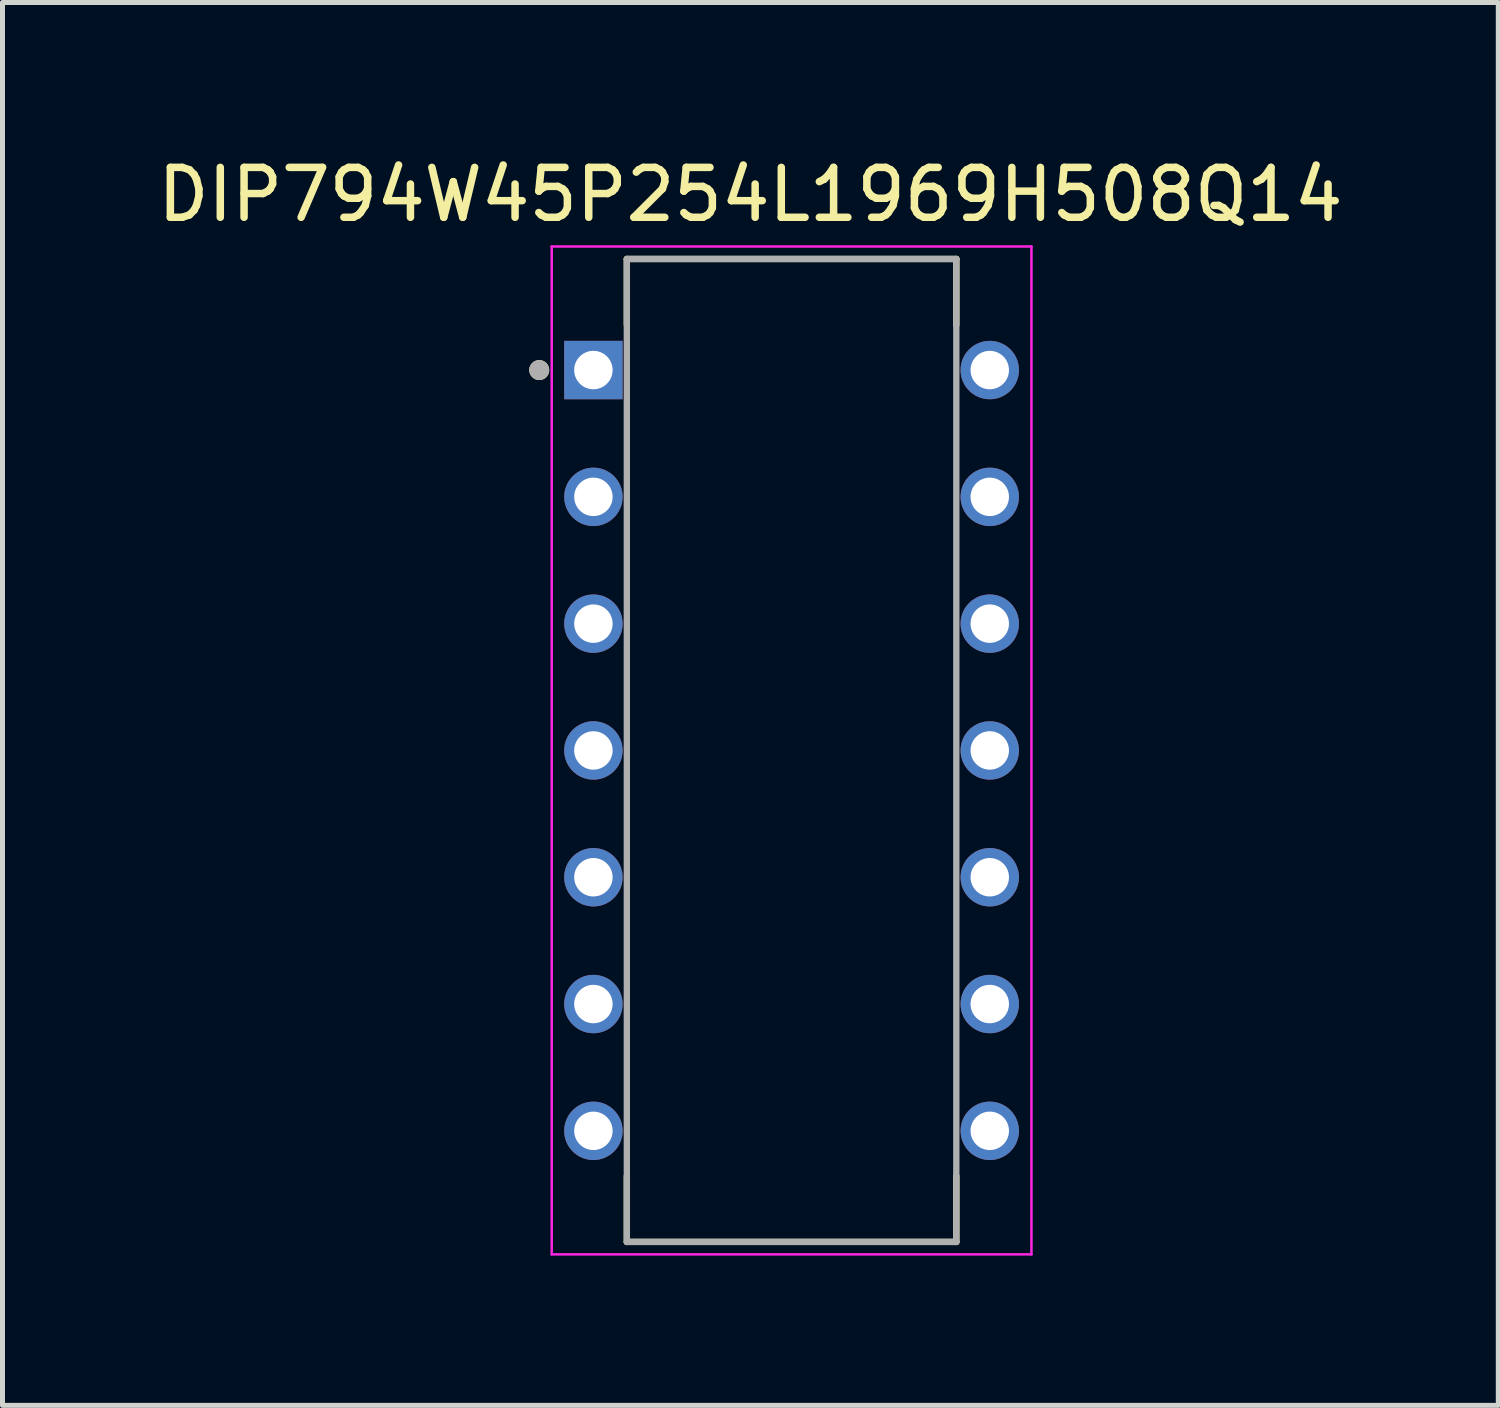
<source format=kicad_pcb>
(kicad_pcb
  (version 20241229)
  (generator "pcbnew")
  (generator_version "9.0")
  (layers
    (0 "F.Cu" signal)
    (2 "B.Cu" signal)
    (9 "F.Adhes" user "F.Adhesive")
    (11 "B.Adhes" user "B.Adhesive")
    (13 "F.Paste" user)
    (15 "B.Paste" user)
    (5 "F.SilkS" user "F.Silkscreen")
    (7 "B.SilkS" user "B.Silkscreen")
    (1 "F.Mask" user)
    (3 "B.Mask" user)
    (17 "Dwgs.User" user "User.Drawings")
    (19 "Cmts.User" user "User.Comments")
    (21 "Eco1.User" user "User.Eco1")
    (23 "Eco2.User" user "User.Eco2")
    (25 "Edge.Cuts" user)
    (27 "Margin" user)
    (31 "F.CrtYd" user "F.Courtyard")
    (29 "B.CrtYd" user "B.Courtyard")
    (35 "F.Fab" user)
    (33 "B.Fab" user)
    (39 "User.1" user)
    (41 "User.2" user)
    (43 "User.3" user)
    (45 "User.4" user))
  (footprint "DIP794W45P254L1969H508Q14"
    (layer "F.Cu")
    (at 12.807 11.983)
    (property "Reference" "DIP794W45P254L1969H508Q14" (at -0.825 -11.135 0) (layer "F.SilkS") (effects (font (size 1 1) (thickness 0.15))))
    (attr through_hole)
    (fp_line (start -3.3 -9.845) (end 3.3 -9.845) (stroke (width 0.127) (type solid)) (layer "F.SilkS"))
    (fp_line (start -3.3 -8.525) (end -3.3 -9.845) (stroke (width 0.127) (type solid)) (layer "F.SilkS"))
    (fp_line (start -3.3 9.845) (end -3.3 8.525) (stroke (width 0.127) (type solid)) (layer "F.SilkS"))
    (fp_line (start 3.3 -9.845) (end 3.3 -8.525) (stroke (width 0.127) (type solid)) (layer "F.SilkS"))
    (fp_line (start 3.3 8.525) (end 3.3 9.845) (stroke (width 0.127) (type solid)) (layer "F.SilkS"))
    (fp_line (start 3.3 9.845) (end -3.3 9.845) (stroke (width 0.127) (type solid)) (layer "F.SilkS"))
    (fp_circle (center -5.055 -7.62) (end -4.955 -7.62) (stroke (width 0.2) (type solid)) (fill no) (layer "F.SilkS"))
    (fp_line (start -4.805 -10.095) (end -4.805 10.095) (stroke (width 0.05) (type solid)) (layer "F.CrtYd"))
    (fp_line (start 4.805 -10.095) (end -4.805 -10.095) (stroke (width 0.05) (type solid)) (layer "F.CrtYd"))
    (fp_line (start 4.805 -10.095) (end 4.805 10.095) (stroke (width 0.05) (type solid)) (layer "F.CrtYd"))
    (fp_line (start 4.805 10.095) (end -4.805 10.095) (stroke (width 0.05) (type solid)) (layer "F.CrtYd"))
    (fp_line (start -3.3 -9.845) (end -3.3 9.845) (stroke (width 0.127) (type solid)) (layer "F.Fab"))
    (fp_line (start -3.3 -9.845) (end 3.3 -9.845) (stroke (width 0.127) (type solid)) (layer "F.Fab"))
    (fp_line (start -3.3 9.845) (end 3.3 9.845) (stroke (width 0.127) (type solid)) (layer "F.Fab"))
    (fp_line (start 3.3 -9.845) (end 3.3 9.845) (stroke (width 0.127) (type solid)) (layer "F.Fab"))
    (fp_circle (center -5.055 -7.62) (end -4.955 -7.62) (stroke (width 0.2) (type solid)) (fill no) (layer "F.Fab"))
    (pad "1" thru_hole rect (at -3.97 -7.62) (size 1.17 1.17) (drill 0.77) (layers "*.Cu" "*.Mask"))
    (pad "2" thru_hole circle (at -3.97 -5.08) (size 1.17 1.17) (drill 0.77) (layers "*.Cu" "*.Mask"))
    (pad "3" thru_hole circle (at -3.97 -2.54) (size 1.17 1.17) (drill 0.77) (layers "*.Cu" "*.Mask"))
    (pad "4" thru_hole circle (at -3.97 0) (size 1.17 1.17) (drill 0.77) (layers "*.Cu" "*.Mask"))
    (pad "5" thru_hole circle (at -3.97 2.54) (size 1.17 1.17) (drill 0.77) (layers "*.Cu" "*.Mask"))
    (pad "6" thru_hole circle (at -3.97 5.08) (size 1.17 1.17) (drill 0.77) (layers "*.Cu" "*.Mask"))
    (pad "7" thru_hole circle (at -3.97 7.62) (size 1.17 1.17) (drill 0.77) (layers "*.Cu" "*.Mask"))
    (pad "8" thru_hole circle (at 3.97 7.62) (size 1.17 1.17) (drill 0.77) (layers "*.Cu" "*.Mask"))
    (pad "9" thru_hole circle (at 3.97 5.08) (size 1.17 1.17) (drill 0.77) (layers "*.Cu" "*.Mask"))
    (pad "10" thru_hole circle (at 3.97 2.54) (size 1.17 1.17) (drill 0.77) (layers "*.Cu" "*.Mask"))
    (pad "11" thru_hole circle (at 3.97 0) (size 1.17 1.17) (drill 0.77) (layers "*.Cu" "*.Mask"))
    (pad "12" thru_hole circle (at 3.97 -2.54) (size 1.17 1.17) (drill 0.77) (layers "*.Cu" "*.Mask"))
    (pad "13" thru_hole circle (at 3.97 -5.08) (size 1.17 1.17) (drill 0.77) (layers "*.Cu" "*.Mask"))
    (pad "14" thru_hole circle (at 3.97 -7.62) (size 1.17 1.17) (drill 0.77) (layers "*.Cu" "*.Mask")))
  (gr_rect
    (start -3 -3)
    (end 26.964 25.103)
    (stroke (width 0.1) (type default))
    (fill no)
    (layer "Edge.Cuts")))
</source>
